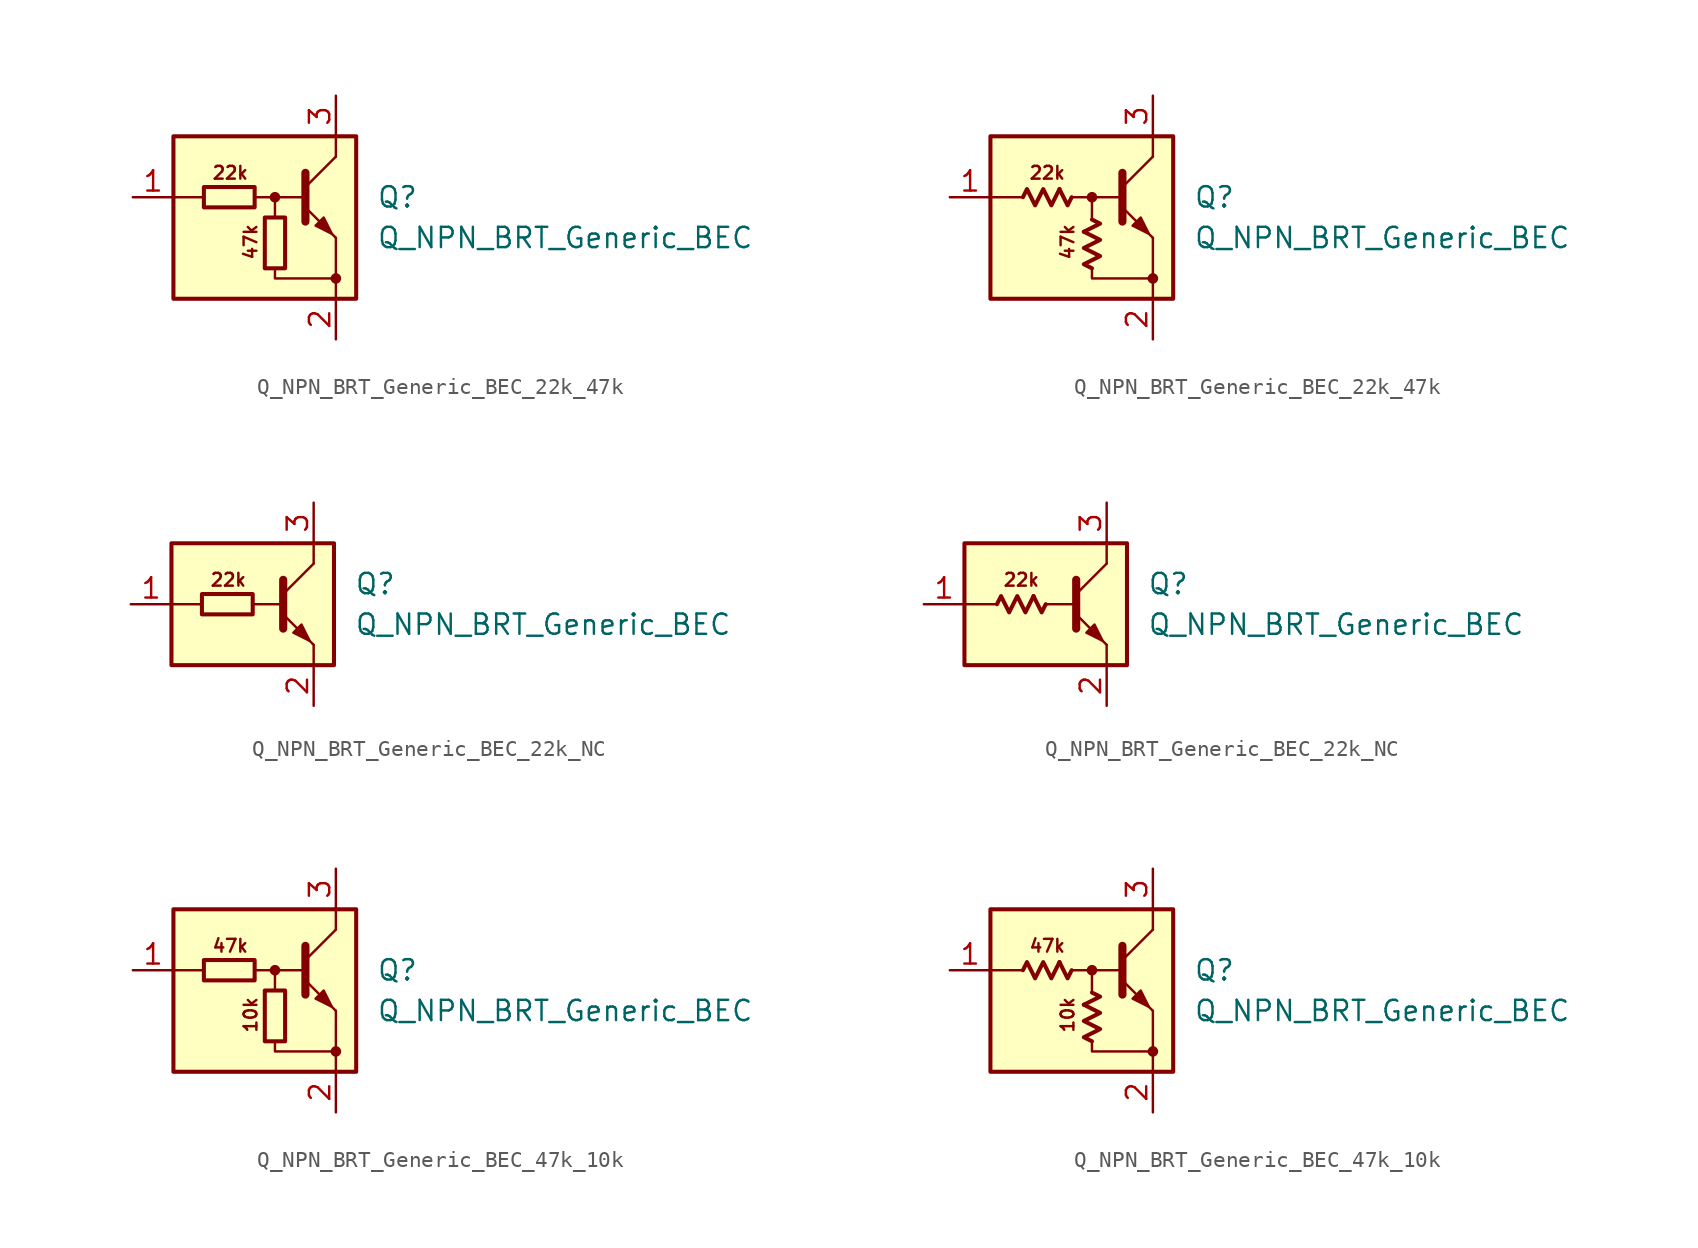
<source format=kicad_sym>
(kicad_symbol_lib
  (version 20220914)
  (generator kicad_symbol_editor)
  (symbol "Q_NPN_BRT_Generic_BEC_22k_47k"
    (pin_names hide)
    (property "Reference" "Q"
      (at 6.35 1.27 0)
      (effects (font (size 1.27 1.27)) (justify left)))
    (property "Value" "Q_NPN_BRT_Generic_BEC"
      (at 6.35 -1.27 0)
      (effects (font (size 1.27 1.27)) (justify left)))
    (symbol "Q_NPN_BRT_Generic_BEC_22k_47k_0_1"
      (rectangle (start -4.445 1.905) (end -1.27 0.635) (stroke (width 0.254) (type default)) (fill (type none)))
      (rectangle (start -0.635 0) (end 0.635 -3.175) (stroke (width 0.254) (type default)) (fill (type none))))
    (symbol "Q_NPN_BRT_Generic_BEC_22k_47k_0_2"
      (polyline (pts (xy -2.032 1.778) (xy -1.524 0.762) (xy -1.27 1.27)) (stroke (width 0.254) (type default)) (fill (type none)))
      (polyline (pts (xy -0.508 -0.889) (xy 0.508 -0.381) (xy 0 -0.127)) (stroke (width 0.254) (type default)) (fill (type none)))
      (polyline (pts (xy -4.318 1.27) (xy -4.064 1.778) (xy -3.556 0.762) (xy -3.048 1.778) (xy -2.54 0.762) (xy -2.032 1.778)) (stroke (width 0.254) (type default)) (fill (type none)))
      (polyline (pts (xy 0 -3.175) (xy -0.508 -2.921) (xy 0.508 -2.413) (xy -0.508 -1.905) (xy 0.508 -1.397) (xy -0.508 -0.889)) (stroke (width 0.254) (type default)) (fill (type none))))
    (symbol "Q_NPN_BRT_Generic_BEC_22k_47k_1_0"
      (rectangle (start -6.35 5.08) (end 5.08 -5.08) (stroke (width 0.254) (type default)) (fill (type background)))
      (polyline (pts (xy -4.445 1.27) (xy -6.35 1.27)) (stroke (width 0) (type default)) (fill (type none)))
      (polyline (pts (xy -0.254 1.27) (xy 1.905 1.27)) (stroke (width 0) (type default)) (fill (type none)))
      (polyline (pts (xy 1.905 1.905) (xy 3.81 3.81)) (stroke (width 0) (type default)) (fill (type none)))
      (polyline (pts (xy 1.905 2.794) (xy 1.905 -0.254)) (stroke (width 0.508) (type default)) (fill (type none)))
      (polyline (pts (xy 3.81 -3.81) (xy 3.81 -5.08)) (stroke (width 0) (type default)) (fill (type none)))
      (polyline (pts (xy 3.81 -3.81) (xy 3.81 -1.27)) (stroke (width 0) (type default)) (fill (type none)))
      (polyline (pts (xy 3.81 3.81) (xy 3.81 5.08)) (stroke (width 0) (type default)) (fill (type none)))
      (polyline (pts (xy -1.27 1.27) (xy 0 1.27) (xy 0 0)) (stroke (width 0) (type default)) (fill (type none)))
      (polyline (pts (xy 0 -3.175) (xy 0 -3.81) (xy 3.81 -3.81)) (stroke (width 0) (type default)) (fill (type none)))
      (polyline (pts (xy 1.905 0.635) (xy 3.81 -1.27) (xy 3.81 -1.27)) (stroke (width 0) (type default)) (fill (type none)))
      (polyline (pts (xy 2.54 -0.508) (xy 3.048 0) (xy 3.556 -1.016) (xy 2.54 -0.508) (xy 2.54 -0.508)) (stroke (width 0) (type default)) (fill (type outline)))
      (circle (center 0 1.27) (radius 0.254) (stroke (width 0) (type default)) (fill (type outline)))
      (circle (center 3.81 -3.81) (radius 0.254) (stroke (width 0) (type default)) (fill (type outline)))
      (text "22k" (at -2.794 2.794 0) (effects (font (size 0.8 0.8))))
      (text "47k" (at -1.524 -1.524 900) (effects (font (size 0.8 0.8)))))
    (symbol "Q_NPN_BRT_Generic_BEC_22k_47k_1_1"
      (pin input line (at -8.89 1.27 0) (length 2.54) (name "B" (effects (font (size 1.27 1.27)))) (number "1" (effects (font (size 1.27 1.27)))))
      (pin passive line (at 3.81 -7.62 90) (length 2.54) (name "E" (effects (font (size 1.27 1.27)))) (number "2" (effects (font (size 1.27 1.27)))))
      (pin passive line (at 3.81 7.62 270) (length 2.54) (name "C" (effects (font (size 1.27 1.27)))) (number "3" (effects (font (size 1.27 1.27))))))
    (symbol "Q_NPN_BRT_Generic_BEC_22k_47k_1_2"
      (pin input line (at -8.89 1.27 0) (length 2.54) (name "B" (effects (font (size 1.27 1.27)))) (number "1" (effects (font (size 1.27 1.27)))))
      (pin passive line (at 3.81 -7.62 90) (length 2.54) (name "E" (effects (font (size 1.27 1.27)))) (number "2" (effects (font (size 1.27 1.27)))))
      (pin passive line (at 3.81 7.62 270) (length 2.54) (name "C" (effects (font (size 1.27 1.27)))) (number "3" (effects (font (size 1.27 1.27)))))))
  (symbol "Q_NPN_BRT_Generic_BEC_22k_NC"
    (pin_names hide)
    (property "Reference" "Q"
      (at 6.35 1.27 0)
      (effects (font (size 1.27 1.27)) (justify left)))
    (property "Value" "Q_NPN_BRT_Generic_BEC"
      (at 6.35 -1.27 0)
      (effects (font (size 1.27 1.27)) (justify left)))
    (symbol "Q_NPN_BRT_Generic_BEC_22k_NC_0_1"
      (rectangle (start -3.175 0.635) (end 0 -0.635) (stroke (width 0.254) (type default)) (fill (type none))))
    (symbol "Q_NPN_BRT_Generic_BEC_22k_NC_0_2"
      (polyline (pts (xy -0.762 0.508) (xy -0.254 -0.508) (xy 0 0)) (stroke (width 0.254) (type default)) (fill (type none)))
      (polyline (pts (xy -3.048 0) (xy -2.794 0.508) (xy -2.286 -0.508) (xy -1.778 0.508) (xy -1.27 -0.508) (xy -0.762 0.508)) (stroke (width 0.254) (type default)) (fill (type none))))
    (symbol "Q_NPN_BRT_Generic_BEC_22k_NC_1_0"
      (rectangle (start -5.08 3.81) (end 5.08 -3.81) (stroke (width 0.254) (type default)) (fill (type background)))
      (polyline (pts (xy -3.175 0) (xy -5.08 0)) (stroke (width 0) (type default)) (fill (type none)))
      (polyline (pts (xy 0 0) (xy 1.905 0)) (stroke (width 0) (type default)) (fill (type none)))
      (polyline (pts (xy 1.905 0.635) (xy 3.81 2.54)) (stroke (width 0) (type default)) (fill (type none)))
      (polyline (pts (xy 1.905 1.524) (xy 1.905 -1.524)) (stroke (width 0.508) (type default)) (fill (type none)))
      (polyline (pts (xy 3.81 -2.54) (xy 3.81 -3.81)) (stroke (width 0) (type default)) (fill (type none)))
      (polyline (pts (xy 3.81 2.54) (xy 3.81 3.81)) (stroke (width 0) (type default)) (fill (type none)))
      (polyline (pts (xy 1.905 -0.635) (xy 3.81 -2.54) (xy 3.81 -2.54)) (stroke (width 0) (type default)) (fill (type none)))
      (polyline (pts (xy 2.54 -1.778) (xy 3.048 -1.27) (xy 3.556 -2.286) (xy 2.54 -1.778) (xy 2.54 -1.778)) (stroke (width 0) (type default)) (fill (type outline)))
      (text "22k" (at -1.524 1.524 0) (effects (font (size 0.8 0.8)))))
    (symbol "Q_NPN_BRT_Generic_BEC_22k_NC_1_1"
      (pin input line (at -7.62 0 0) (length 2.54) (name "B" (effects (font (size 1.27 1.27)))) (number "1" (effects (font (size 1.27 1.27)))))
      (pin passive line (at 3.81 -6.35 90) (length 2.54) (name "E" (effects (font (size 1.27 1.27)))) (number "2" (effects (font (size 1.27 1.27)))))
      (pin passive line (at 3.81 6.35 270) (length 2.54) (name "C" (effects (font (size 1.27 1.27)))) (number "3" (effects (font (size 1.27 1.27))))))
    (symbol "Q_NPN_BRT_Generic_BEC_22k_NC_1_2"
      (pin input line (at -7.62 0 0) (length 2.54) (name "B" (effects (font (size 1.27 1.27)))) (number "1" (effects (font (size 1.27 1.27)))))
      (pin passive line (at 3.81 -6.35 90) (length 2.54) (name "E" (effects (font (size 1.27 1.27)))) (number "2" (effects (font (size 1.27 1.27)))))
      (pin passive line (at 3.81 6.35 270) (length 2.54) (name "C" (effects (font (size 1.27 1.27)))) (number "3" (effects (font (size 1.27 1.27)))))))
  (symbol "Q_NPN_BRT_Generic_BEC_47k_10k"
    (pin_names hide)
    (property "Reference" "Q"
      (at 6.35 1.27 0)
      (effects (font (size 1.27 1.27)) (justify left)))
    (property "Value" "Q_NPN_BRT_Generic_BEC"
      (at 6.35 -1.27 0)
      (effects (font (size 1.27 1.27)) (justify left)))
    (symbol "Q_NPN_BRT_Generic_BEC_47k_10k_0_1"
      (rectangle (start -4.445 1.905) (end -1.27 0.635) (stroke (width 0.254) (type default)) (fill (type none)))
      (rectangle (start -0.635 0) (end 0.635 -3.175) (stroke (width 0.254) (type default)) (fill (type none))))
    (symbol "Q_NPN_BRT_Generic_BEC_47k_10k_0_2"
      (polyline (pts (xy -2.032 1.778) (xy -1.524 0.762) (xy -1.27 1.27)) (stroke (width 0.254) (type default)) (fill (type none)))
      (polyline (pts (xy -0.508 -0.889) (xy 0.508 -0.381) (xy 0 -0.127)) (stroke (width 0.254) (type default)) (fill (type none)))
      (polyline (pts (xy -4.318 1.27) (xy -4.064 1.778) (xy -3.556 0.762) (xy -3.048 1.778) (xy -2.54 0.762) (xy -2.032 1.778)) (stroke (width 0.254) (type default)) (fill (type none)))
      (polyline (pts (xy 0 -3.175) (xy -0.508 -2.921) (xy 0.508 -2.413) (xy -0.508 -1.905) (xy 0.508 -1.397) (xy -0.508 -0.889)) (stroke (width 0.254) (type default)) (fill (type none))))
    (symbol "Q_NPN_BRT_Generic_BEC_47k_10k_1_0"
      (rectangle (start -6.35 5.08) (end 5.08 -5.08) (stroke (width 0.254) (type default)) (fill (type background)))
      (polyline (pts (xy -4.445 1.27) (xy -6.35 1.27)) (stroke (width 0) (type default)) (fill (type none)))
      (polyline (pts (xy -0.254 1.27) (xy 1.905 1.27)) (stroke (width 0) (type default)) (fill (type none)))
      (polyline (pts (xy 1.905 1.905) (xy 3.81 3.81)) (stroke (width 0) (type default)) (fill (type none)))
      (polyline (pts (xy 1.905 2.794) (xy 1.905 -0.254)) (stroke (width 0.508) (type default)) (fill (type none)))
      (polyline (pts (xy 3.81 -3.81) (xy 3.81 -5.08)) (stroke (width 0) (type default)) (fill (type none)))
      (polyline (pts (xy 3.81 -3.81) (xy 3.81 -1.27)) (stroke (width 0) (type default)) (fill (type none)))
      (polyline (pts (xy 3.81 3.81) (xy 3.81 5.08)) (stroke (width 0) (type default)) (fill (type none)))
      (polyline (pts (xy -1.27 1.27) (xy 0 1.27) (xy 0 0)) (stroke (width 0) (type default)) (fill (type none)))
      (polyline (pts (xy 0 -3.175) (xy 0 -3.81) (xy 3.81 -3.81)) (stroke (width 0) (type default)) (fill (type none)))
      (polyline (pts (xy 1.905 0.635) (xy 3.81 -1.27) (xy 3.81 -1.27)) (stroke (width 0) (type default)) (fill (type none)))
      (polyline (pts (xy 2.54 -0.508) (xy 3.048 0) (xy 3.556 -1.016) (xy 2.54 -0.508) (xy 2.54 -0.508)) (stroke (width 0) (type default)) (fill (type outline)))
      (circle (center 0 1.27) (radius 0.254) (stroke (width 0) (type default)) (fill (type outline)))
      (circle (center 3.81 -3.81) (radius 0.254) (stroke (width 0) (type default)) (fill (type outline)))
      (text "10k" (at -1.524 -1.524 900) (effects (font (size 0.8 0.8))))
      (text "47k" (at -2.794 2.794 0) (effects (font (size 0.8 0.8)))))
    (symbol "Q_NPN_BRT_Generic_BEC_47k_10k_1_1"
      (pin input line (at -8.89 1.27 0) (length 2.54) (name "B" (effects (font (size 1.27 1.27)))) (number "1" (effects (font (size 1.27 1.27)))))
      (pin passive line (at 3.81 -7.62 90) (length 2.54) (name "E" (effects (font (size 1.27 1.27)))) (number "2" (effects (font (size 1.27 1.27)))))
      (pin passive line (at 3.81 7.62 270) (length 2.54) (name "C" (effects (font (size 1.27 1.27)))) (number "3" (effects (font (size 1.27 1.27))))))
    (symbol "Q_NPN_BRT_Generic_BEC_47k_10k_1_2"
      (pin input line (at -8.89 1.27 0) (length 2.54) (name "B" (effects (font (size 1.27 1.27)))) (number "1" (effects (font (size 1.27 1.27)))))
      (pin passive line (at 3.81 -7.62 90) (length 2.54) (name "E" (effects (font (size 1.27 1.27)))) (number "2" (effects (font (size 1.27 1.27)))))
      (pin passive line (at 3.81 7.62 270) (length 2.54) (name "C" (effects (font (size 1.27 1.27)))) (number "3" (effects (font (size 1.27 1.27))))))))
</source>
